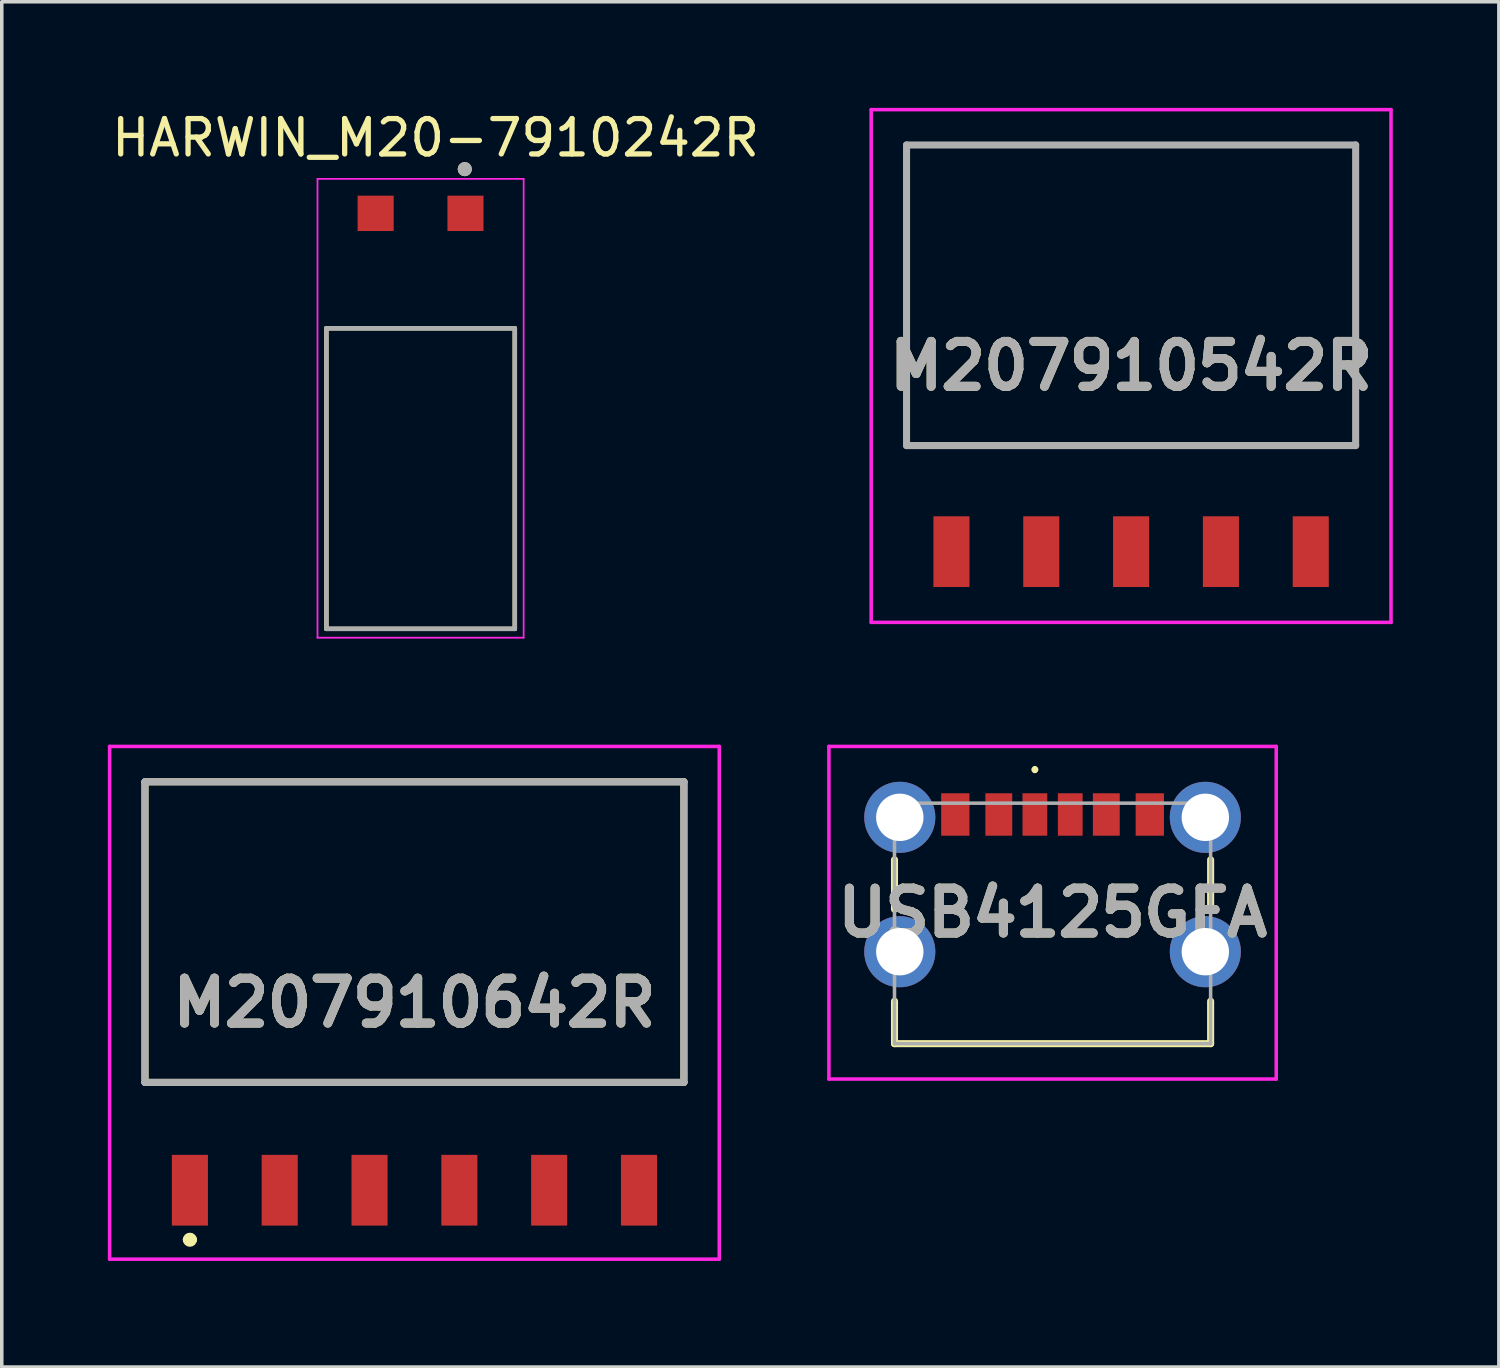
<source format=kicad_pcb>
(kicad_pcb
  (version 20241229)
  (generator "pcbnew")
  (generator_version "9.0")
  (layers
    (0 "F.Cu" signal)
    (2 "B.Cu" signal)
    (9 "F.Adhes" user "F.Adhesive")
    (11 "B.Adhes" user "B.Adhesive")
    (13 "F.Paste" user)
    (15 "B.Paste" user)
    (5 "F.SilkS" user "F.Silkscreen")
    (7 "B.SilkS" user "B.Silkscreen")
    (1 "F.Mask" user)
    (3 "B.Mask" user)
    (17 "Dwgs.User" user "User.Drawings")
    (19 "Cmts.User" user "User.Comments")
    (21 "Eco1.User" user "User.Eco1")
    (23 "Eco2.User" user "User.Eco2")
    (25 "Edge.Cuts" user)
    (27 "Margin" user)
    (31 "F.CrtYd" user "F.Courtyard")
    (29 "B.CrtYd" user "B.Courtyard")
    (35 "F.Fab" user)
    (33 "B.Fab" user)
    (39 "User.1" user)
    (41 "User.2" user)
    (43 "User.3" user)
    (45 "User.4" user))
  (footprint "M207910542R"
    (layer "F.Cu")
    (at 28.936 7.3)
    (property "Reference" "M207910542R" (at 0 0 0) (layer "F.SilkS") (effects (font (size 1.27 1.27) (thickness 0.254))))
    (attr smd)
    (fp_line (start -6.35 -6.25) (end 6.35 -6.25) (stroke (width 0.1) (type solid)) (layer "F.SilkS"))
    (fp_line (start -6.35 2.25) (end -6.35 -6.25) (stroke (width 0.1) (type solid)) (layer "F.SilkS"))
    (fp_line (start 6.35 -6.25) (end 6.35 2.25) (stroke (width 0.1) (type solid)) (layer "F.SilkS"))
    (fp_line (start 6.35 2.25) (end -6.35 2.25) (stroke (width 0.1) (type solid)) (layer "F.SilkS"))
    (fp_line (start -7.35 -7.25) (end 7.35 -7.25) (stroke (width 0.1) (type solid)) (layer "F.CrtYd"))
    (fp_line (start -7.35 7.25) (end -7.35 -7.25) (stroke (width 0.1) (type solid)) (layer "F.CrtYd"))
    (fp_line (start 7.35 -7.25) (end 7.35 7.25) (stroke (width 0.1) (type solid)) (layer "F.CrtYd"))
    (fp_line (start 7.35 7.25) (end -7.35 7.25) (stroke (width 0.1) (type solid)) (layer "F.CrtYd"))
    (fp_line (start -6.35 -6.25) (end 6.35 -6.25) (stroke (width 0.2) (type solid)) (layer "F.Fab"))
    (fp_line (start -6.35 2.25) (end -6.35 -6.25) (stroke (width 0.2) (type solid)) (layer "F.Fab"))
    (fp_line (start 6.35 -6.25) (end 6.35 2.25) (stroke (width 0.2) (type solid)) (layer "F.Fab"))
    (fp_line (start 6.35 2.25) (end -6.35 2.25) (stroke (width 0.2) (type solid)) (layer "F.Fab"))
    (fp_text user "${REFERENCE}" (at 0 0 0) (layer "F.Fab") (effects (font (size 1.27 1.27) (thickness 0.254))))
    (pad "1" smd rect (at -5.08 5.25) (size 1.02 2) (layers "F.Cu" "F.Mask" "F.Paste"))
    (pad "2" smd rect (at -2.54 5.25) (size 1.02 2) (layers "F.Cu" "F.Mask" "F.Paste"))
    (pad "3" smd rect (at 0 5.25) (size 1.02 2) (layers "F.Cu" "F.Mask" "F.Paste"))
    (pad "4" smd rect (at 2.54 5.25) (size 1.02 2) (layers "F.Cu" "F.Mask" "F.Paste"))
    (pad "5" smd rect (at 5.08 5.25) (size 1.02 2) (layers "F.Cu" "F.Mask" "F.Paste")))
  (footprint "HARWIN_M20-7910242R"
    (layer "F.Cu")
    (at 8.843 10.483)
    (property "Reference" "HARWIN_M20-7910242R" (at 0.425 -9.635 0) (layer "F.SilkS") (effects (font (size 1 1) (thickness 0.15))))
    (attr smd)
    (fp_line (start -2.665 -4.25) (end 2.665 -4.25) (stroke (width 0.127) (type solid)) (layer "F.SilkS"))
    (fp_line (start -2.665 4.25) (end -2.665 -4.25) (stroke (width 0.127) (type solid)) (layer "F.SilkS"))
    (fp_line (start 2.665 -4.25) (end 2.665 4.25) (stroke (width 0.127) (type solid)) (layer "F.SilkS"))
    (fp_line (start 2.665 4.25) (end -2.665 4.25) (stroke (width 0.127) (type solid)) (layer "F.SilkS"))
    (fp_circle (center 1.25 -8.75) (end 1.35 -8.75) (stroke (width 0.2) (type solid)) (fill no) (layer "F.SilkS"))
    (fp_line (start -2.915 -8.475) (end 2.915 -8.475) (stroke (width 0.05) (type solid)) (layer "F.CrtYd"))
    (fp_line (start -2.915 4.5) (end -2.915 -8.475) (stroke (width 0.05) (type solid)) (layer "F.CrtYd"))
    (fp_line (start 2.915 -8.475) (end 2.915 4.5) (stroke (width 0.05) (type solid)) (layer "F.CrtYd"))
    (fp_line (start 2.915 4.5) (end -2.915 4.5) (stroke (width 0.05) (type solid)) (layer "F.CrtYd"))
    (fp_line (start -2.665 -4.25) (end 2.665 -4.25) (stroke (width 0.127) (type solid)) (layer "F.Fab"))
    (fp_line (start -2.665 4.25) (end -2.665 -4.25) (stroke (width 0.127) (type solid)) (layer "F.Fab"))
    (fp_line (start 2.665 -4.25) (end 2.665 4.25) (stroke (width 0.127) (type solid)) (layer "F.Fab"))
    (fp_line (start 2.665 4.25) (end -2.665 4.25) (stroke (width 0.127) (type solid)) (layer "F.Fab"))
    (fp_circle (center 1.25 -8.75) (end 1.35 -8.75) (stroke (width 0.2) (type solid)) (fill no) (layer "F.Fab"))
    (pad "1" smd rect (at 1.27 -7.5) (size 1.02 1) (layers "F.Cu" "F.Mask" "F.Paste"))
    (pad "2" smd rect (at -1.27 -7.5) (size 1.02 1) (layers "F.Cu" "F.Mask" "F.Paste")))
  (footprint "USB4125GFA"
    (layer "F.Cu")
    (at 26.715 22.761)
    (property "Reference" "USB4125GFA" (at 0 0 0) (layer "F.SilkS") (effects (font (size 1.27 1.27) (thickness 0.254))))
    (attr through_hole)
    (fp_line (start -4.47 -1.498) (end -4.47 -0.098) (stroke (width 0.2) (type solid)) (layer "F.SilkS"))
    (fp_line (start -4.47 2.502) (end -4.47 3.702) (stroke (width 0.2) (type solid)) (layer "F.SilkS"))
    (fp_line (start -4.47 3.702) (end 4.47 3.702) (stroke (width 0.2) (type solid)) (layer "F.SilkS"))
    (fp_line (start -0.5 -4.098) (end -0.5 -4.098) (stroke (width 0.1) (type solid)) (layer "F.SilkS"))
    (fp_line (start -0.5 -3.998) (end -0.5 -3.998) (stroke (width 0.1) (type solid)) (layer "F.SilkS"))
    (fp_line (start 4.47 -0.098) (end 4.47 -1.498) (stroke (width 0.2) (type solid)) (layer "F.SilkS"))
    (fp_line (start 4.47 3.702) (end 4.47 2.502) (stroke (width 0.2) (type solid)) (layer "F.SilkS"))
    (fp_arc (start -0.5 -4.098) (mid -0.45 -4.048) (end -0.5 -3.998) (stroke (width 0.1) (type solid)) (layer "F.SilkS"))
    (fp_arc (start -0.5 -3.997) (mid -0.5505 -4.0475) (end -0.5 -4.098) (stroke (width 0.1) (type solid)) (layer "F.SilkS"))
    (fp_line (start -6.325 -4.703) (end 6.325 -4.703) (stroke (width 0.1) (type solid)) (layer "F.CrtYd"))
    (fp_line (start -6.325 4.703) (end -6.325 -4.703) (stroke (width 0.1) (type solid)) (layer "F.CrtYd"))
    (fp_line (start 6.325 -4.703) (end 6.325 4.703) (stroke (width 0.1) (type solid)) (layer "F.CrtYd"))
    (fp_line (start 6.325 4.703) (end -6.325 4.703) (stroke (width 0.1) (type solid)) (layer "F.CrtYd"))
    (fp_line (start -4.47 -3.098) (end -4.47 3.702) (stroke (width 0.1) (type solid)) (layer "F.Fab"))
    (fp_line (start -4.47 3.702) (end 4.47 3.702) (stroke (width 0.1) (type solid)) (layer "F.Fab"))
    (fp_line (start 4.47 -3.098) (end -4.47 -3.098) (stroke (width 0.1) (type solid)) (layer "F.Fab"))
    (fp_line (start 4.47 3.702) (end 4.47 -3.098) (stroke (width 0.1) (type solid)) (layer "F.Fab"))
    (fp_text user "${REFERENCE}" (at 0 0 0) (layer "F.Fab") (effects (font (size 1.27 1.27) (thickness 0.254))))
    (pad "A5" smd rect (at -0.5 -2.778) (size 0.7 1.2) (layers "F.Cu" "F.Mask" "F.Paste"))
    (pad "A9" smd rect (at 1.52 -2.778) (size 0.76 1.2) (layers "F.Cu" "F.Mask" "F.Paste"))
    (pad "A12" smd rect (at 2.75 -2.778) (size 0.8 1.2) (layers "F.Cu" "F.Mask" "F.Paste"))
    (pad "B5" smd rect (at 0.5 -2.778) (size 0.7 1.2) (layers "F.Cu" "F.Mask" "F.Paste"))
    (pad "B9" smd rect (at -1.52 -2.778) (size 0.76 1.2) (layers "F.Cu" "F.Mask" "F.Paste"))
    (pad "B12" smd rect (at -2.75 -2.778) (size 0.8 1.2) (layers "F.Cu" "F.Mask" "F.Paste"))
    (pad "MH1" thru_hole circle (at 4.32 -2.698) (size 2.01 2.01) (drill 1.34) (layers "*.Cu" "*.Mask"))
    (pad "MH2" thru_hole circle (at 4.32 1.102) (size 2.01 2.01) (drill 1.34) (layers "*.Cu" "*.Mask"))
    (pad "MH3" thru_hole circle (at -4.32 1.102) (size 2.01 2.01) (drill 1.34) (layers "*.Cu" "*.Mask"))
    (pad "MH4" thru_hole circle (at -4.32 -2.698) (size 2.01 2.01) (drill 1.34) (layers "*.Cu" "*.Mask")))
  (footprint "M207910642R"
    (layer "F.Cu")
    (at 8.67 25.308)
    (property "Reference" "M207910642R" (at 0 0 0) (layer "F.SilkS") (effects (font (size 1.27 1.27) (thickness 0.254))))
    (attr smd)
    (fp_line (start -7.62 -6.25) (end 7.62 -6.25) (stroke (width 0.2) (type solid)) (layer "F.SilkS"))
    (fp_line (start -7.62 2.25) (end -7.62 -6.25) (stroke (width 0.2) (type solid)) (layer "F.SilkS"))
    (fp_line (start -6.45 6.7) (end -6.45 6.7) (stroke (width 0.2) (type solid)) (layer "F.SilkS"))
    (fp_line (start -6.25 6.7) (end -6.25 6.7) (stroke (width 0.2) (type solid)) (layer "F.SilkS"))
    (fp_line (start 7.62 -6.25) (end 7.62 2.25) (stroke (width 0.2) (type solid)) (layer "F.SilkS"))
    (fp_line (start 7.62 2.25) (end -7.62 2.25) (stroke (width 0.2) (type solid)) (layer "F.SilkS"))
    (fp_arc (start -6.45 6.7) (mid -6.35 6.6) (end -6.25 6.7) (stroke (width 0.2) (type solid)) (layer "F.SilkS"))
    (fp_arc (start -6.25 6.7) (mid -6.35 6.8) (end -6.45 6.7) (stroke (width 0.2) (type solid)) (layer "F.SilkS"))
    (fp_line (start -8.62 -7.25) (end 8.62 -7.25) (stroke (width 0.1) (type solid)) (layer "F.CrtYd"))
    (fp_line (start -8.62 7.25) (end -8.62 -7.25) (stroke (width 0.1) (type solid)) (layer "F.CrtYd"))
    (fp_line (start 8.62 -7.25) (end 8.62 7.25) (stroke (width 0.1) (type solid)) (layer "F.CrtYd"))
    (fp_line (start 8.62 7.25) (end -8.62 7.25) (stroke (width 0.1) (type solid)) (layer "F.CrtYd"))
    (fp_line (start -7.62 -6.25) (end 7.62 -6.25) (stroke (width 0.2) (type solid)) (layer "F.Fab"))
    (fp_line (start -7.62 2.25) (end -7.62 -6.25) (stroke (width 0.2) (type solid)) (layer "F.Fab"))
    (fp_line (start 7.62 -6.25) (end 7.62 2.25) (stroke (width 0.2) (type solid)) (layer "F.Fab"))
    (fp_line (start 7.62 2.25) (end -7.62 2.25) (stroke (width 0.2) (type solid)) (layer "F.Fab"))
    (fp_text user "${REFERENCE}" (at 0 0 0) (layer "F.Fab") (effects (font (size 1.27 1.27) (thickness 0.254))))
    (pad "1" smd rect (at -6.35 5.3) (size 1.02 2) (layers "F.Cu" "F.Mask" "F.Paste"))
    (pad "2" smd rect (at -3.81 5.3) (size 1.02 2) (layers "F.Cu" "F.Mask" "F.Paste"))
    (pad "3" smd rect (at -1.27 5.3) (size 1.02 2) (layers "F.Cu" "F.Mask" "F.Paste"))
    (pad "4" smd rect (at 1.27 5.3) (size 1.02 2) (layers "F.Cu" "F.Mask" "F.Paste"))
    (pad "5" smd rect (at 3.81 5.3) (size 1.02 2) (layers "F.Cu" "F.Mask" "F.Paste"))
    (pad "6" smd rect (at 6.35 5.3) (size 1.02 2) (layers "F.Cu" "F.Mask" "F.Paste")))
  (gr_rect
    (start -3 -3)
    (end 39.336 35.608)
    (stroke (width 0.1) (type default))
    (fill no)
    (layer "Edge.Cuts")))
</source>
